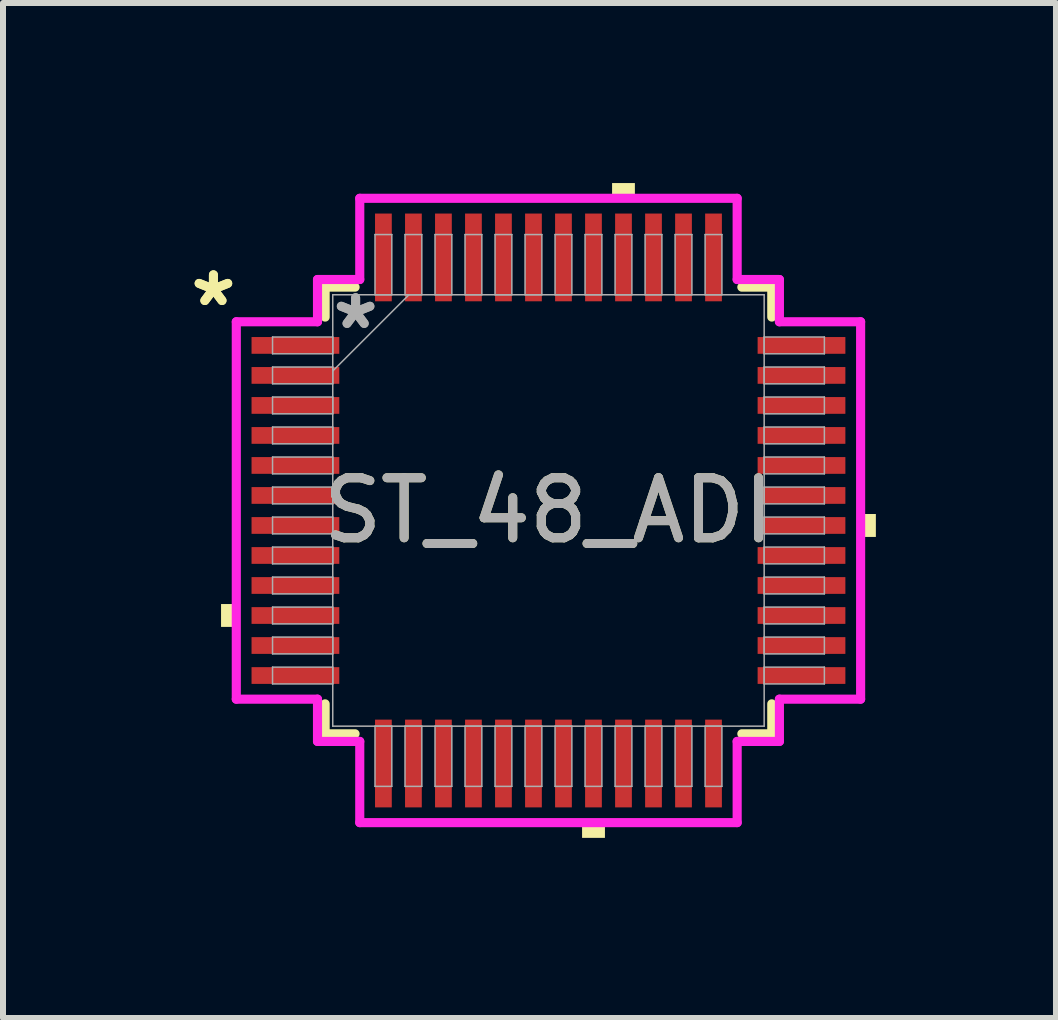
<source format=kicad_pcb>
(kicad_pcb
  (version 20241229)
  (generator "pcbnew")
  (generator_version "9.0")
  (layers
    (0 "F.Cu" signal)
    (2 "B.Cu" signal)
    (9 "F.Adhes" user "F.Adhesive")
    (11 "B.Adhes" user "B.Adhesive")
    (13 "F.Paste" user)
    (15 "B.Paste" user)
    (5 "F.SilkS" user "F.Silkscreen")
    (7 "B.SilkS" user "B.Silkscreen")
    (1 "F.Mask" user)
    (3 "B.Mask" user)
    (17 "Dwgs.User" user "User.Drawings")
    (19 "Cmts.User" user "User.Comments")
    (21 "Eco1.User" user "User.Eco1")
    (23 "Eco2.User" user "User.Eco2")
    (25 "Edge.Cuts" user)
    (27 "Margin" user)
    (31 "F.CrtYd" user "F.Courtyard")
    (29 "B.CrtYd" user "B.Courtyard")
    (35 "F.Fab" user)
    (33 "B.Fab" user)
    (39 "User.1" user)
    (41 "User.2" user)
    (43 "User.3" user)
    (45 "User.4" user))
  (footprint "ST_48_ADI"
    (layer "F.Cu")
    (at 6.088 5.455)
    (property "Reference" "ST_48_ADI" (at 0 0 0) (unlocked yes) (layer "F.SilkS") (effects (font (size 1 1) (thickness 0.15))))
    (attr smd)
    (fp_line (start -3.721 -3.721) (end -3.721 -3.222) (stroke (width 0.152) (type solid)) (layer "F.SilkS"))
    (fp_line (start -3.721 3.222) (end -3.721 3.721) (stroke (width 0.152) (type solid)) (layer "F.SilkS"))
    (fp_line (start -3.721 3.721) (end -3.222 3.721) (stroke (width 0.152) (type solid)) (layer "F.SilkS"))
    (fp_line (start -3.222 -3.721) (end -3.721 -3.721) (stroke (width 0.152) (type solid)) (layer "F.SilkS"))
    (fp_line (start 3.222 3.721) (end 3.721 3.721) (stroke (width 0.152) (type solid)) (layer "F.SilkS"))
    (fp_line (start 3.721 -3.721) (end 3.222 -3.721) (stroke (width 0.152) (type solid)) (layer "F.SilkS"))
    (fp_line (start 3.721 -3.222) (end 3.721 -3.721) (stroke (width 0.152) (type solid)) (layer "F.SilkS"))
    (fp_line (start 3.721 3.721) (end 3.721 3.222) (stroke (width 0.152) (type solid)) (layer "F.SilkS"))
    (fp_poly (pts (xy -5.455 1.559) (xy -5.455 1.94) (xy -5.201 1.94) (xy -5.201 1.559)) (stroke (width 0) (type solid)) (fill yes) (layer "F.SilkS"))
    (fp_poly (pts (xy 0.56 5.201) (xy 0.56 5.455) (xy 0.941 5.455) (xy 0.941 5.201)) (stroke (width 0) (type solid)) (fill yes) (layer "F.SilkS"))
    (fp_poly (pts (xy 1.06 -5.201) (xy 1.06 -5.455) (xy 1.44 -5.455) (xy 1.44 -5.201)) (stroke (width 0) (type solid)) (fill yes) (layer "F.SilkS"))
    (fp_poly (pts (xy 5.455 0.059) (xy 5.455 0.441) (xy 5.201 0.441) (xy 5.201 0.059)) (stroke (width 0) (type solid)) (fill yes) (layer "F.SilkS"))
    (fp_line (start -5.201 -3.144) (end -3.848 -3.144) (stroke (width 0.152) (type solid)) (layer "F.CrtYd"))
    (fp_line (start -5.201 3.144) (end -5.201 -3.144) (stroke (width 0.152) (type solid)) (layer "F.CrtYd"))
    (fp_line (start -3.848 -3.848) (end -3.144 -3.848) (stroke (width 0.152) (type solid)) (layer "F.CrtYd"))
    (fp_line (start -3.848 -3.144) (end -3.848 -3.848) (stroke (width 0.152) (type solid)) (layer "F.CrtYd"))
    (fp_line (start -3.848 3.144) (end -5.201 3.144) (stroke (width 0.152) (type solid)) (layer "F.CrtYd"))
    (fp_line (start -3.848 3.848) (end -3.848 3.144) (stroke (width 0.152) (type solid)) (layer "F.CrtYd"))
    (fp_line (start -3.848 3.848) (end -3.144 3.848) (stroke (width 0.152) (type solid)) (layer "F.CrtYd"))
    (fp_line (start -3.144 -5.201) (end 3.144 -5.201) (stroke (width 0.152) (type solid)) (layer "F.CrtYd"))
    (fp_line (start -3.144 -3.848) (end -3.144 -5.201) (stroke (width 0.152) (type solid)) (layer "F.CrtYd"))
    (fp_line (start -3.144 3.848) (end -3.144 5.201) (stroke (width 0.152) (type solid)) (layer "F.CrtYd"))
    (fp_line (start -3.144 5.201) (end 3.144 5.201) (stroke (width 0.152) (type solid)) (layer "F.CrtYd"))
    (fp_line (start 3.144 -5.201) (end 3.144 -3.848) (stroke (width 0.152) (type solid)) (layer "F.CrtYd"))
    (fp_line (start 3.144 -3.848) (end 3.848 -3.848) (stroke (width 0.152) (type solid)) (layer "F.CrtYd"))
    (fp_line (start 3.144 3.848) (end 3.848 3.848) (stroke (width 0.152) (type solid)) (layer "F.CrtYd"))
    (fp_line (start 3.144 5.201) (end 3.144 3.848) (stroke (width 0.152) (type solid)) (layer "F.CrtYd"))
    (fp_line (start 3.848 -3.144) (end 3.848 -3.848) (stroke (width 0.152) (type solid)) (layer "F.CrtYd"))
    (fp_line (start 3.848 3.144) (end 5.201 3.144) (stroke (width 0.152) (type solid)) (layer "F.CrtYd"))
    (fp_line (start 3.848 3.848) (end 3.848 3.144) (stroke (width 0.152) (type solid)) (layer "F.CrtYd"))
    (fp_line (start 5.201 -3.144) (end 3.848 -3.144) (stroke (width 0.152) (type solid)) (layer "F.CrtYd"))
    (fp_line (start 5.201 3.144) (end 5.201 -3.144) (stroke (width 0.152) (type solid)) (layer "F.CrtYd"))
    (fp_line (start -4.597 -2.89) (end -4.597 -2.61) (stroke (width 0.025) (type solid)) (layer "F.Fab"))
    (fp_line (start -4.597 -2.61) (end -3.594 -2.61) (stroke (width 0.025) (type solid)) (layer "F.Fab"))
    (fp_line (start -4.597 -2.39) (end -4.597 -2.11) (stroke (width 0.025) (type solid)) (layer "F.Fab"))
    (fp_line (start -4.597 -2.11) (end -3.594 -2.11) (stroke (width 0.025) (type solid)) (layer "F.Fab"))
    (fp_line (start -4.597 -1.89) (end -4.597 -1.61) (stroke (width 0.025) (type solid)) (layer "F.Fab"))
    (fp_line (start -4.597 -1.61) (end -3.594 -1.61) (stroke (width 0.025) (type solid)) (layer "F.Fab"))
    (fp_line (start -4.597 -1.39) (end -4.597 -1.11) (stroke (width 0.025) (type solid)) (layer "F.Fab"))
    (fp_line (start -4.597 -1.11) (end -3.594 -1.11) (stroke (width 0.025) (type solid)) (layer "F.Fab"))
    (fp_line (start -4.597 -0.89) (end -4.597 -0.61) (stroke (width 0.025) (type solid)) (layer "F.Fab"))
    (fp_line (start -4.597 -0.61) (end -3.594 -0.61) (stroke (width 0.025) (type solid)) (layer "F.Fab"))
    (fp_line (start -4.597 -0.39) (end -4.597 -0.11) (stroke (width 0.025) (type solid)) (layer "F.Fab"))
    (fp_line (start -4.597 -0.11) (end -3.594 -0.11) (stroke (width 0.025) (type solid)) (layer "F.Fab"))
    (fp_line (start -4.597 0.11) (end -4.597 0.39) (stroke (width 0.025) (type solid)) (layer "F.Fab"))
    (fp_line (start -4.597 0.39) (end -3.594 0.39) (stroke (width 0.025) (type solid)) (layer "F.Fab"))
    (fp_line (start -4.597 0.61) (end -4.597 0.89) (stroke (width 0.025) (type solid)) (layer "F.Fab"))
    (fp_line (start -4.597 0.89) (end -3.594 0.89) (stroke (width 0.025) (type solid)) (layer "F.Fab"))
    (fp_line (start -4.597 1.11) (end -4.597 1.39) (stroke (width 0.025) (type solid)) (layer "F.Fab"))
    (fp_line (start -4.597 1.39) (end -3.594 1.39) (stroke (width 0.025) (type solid)) (layer "F.Fab"))
    (fp_line (start -4.597 1.61) (end -4.597 1.89) (stroke (width 0.025) (type solid)) (layer "F.Fab"))
    (fp_line (start -4.597 1.89) (end -3.594 1.89) (stroke (width 0.025) (type solid)) (layer "F.Fab"))
    (fp_line (start -4.597 2.11) (end -4.597 2.39) (stroke (width 0.025) (type solid)) (layer "F.Fab"))
    (fp_line (start -4.597 2.39) (end -3.594 2.39) (stroke (width 0.025) (type solid)) (layer "F.Fab"))
    (fp_line (start -4.597 2.61) (end -4.597 2.89) (stroke (width 0.025) (type solid)) (layer "F.Fab"))
    (fp_line (start -4.597 2.89) (end -3.594 2.89) (stroke (width 0.025) (type solid)) (layer "F.Fab"))
    (fp_line (start -3.594 -3.594) (end -3.594 3.594) (stroke (width 0.025) (type solid)) (layer "F.Fab"))
    (fp_line (start -3.594 -2.89) (end -4.597 -2.89) (stroke (width 0.025) (type solid)) (layer "F.Fab"))
    (fp_line (start -3.594 -2.61) (end -3.594 -2.89) (stroke (width 0.025) (type solid)) (layer "F.Fab"))
    (fp_line (start -3.594 -2.39) (end -4.597 -2.39) (stroke (width 0.025) (type solid)) (layer "F.Fab"))
    (fp_line (start -3.594 -2.324) (end -2.324 -3.594) (stroke (width 0.025) (type solid)) (layer "F.Fab"))
    (fp_line (start -3.594 -2.11) (end -3.594 -2.39) (stroke (width 0.025) (type solid)) (layer "F.Fab"))
    (fp_line (start -3.594 -1.89) (end -4.597 -1.89) (stroke (width 0.025) (type solid)) (layer "F.Fab"))
    (fp_line (start -3.594 -1.61) (end -3.594 -1.89) (stroke (width 0.025) (type solid)) (layer "F.Fab"))
    (fp_line (start -3.594 -1.39) (end -4.597 -1.39) (stroke (width 0.025) (type solid)) (layer "F.Fab"))
    (fp_line (start -3.594 -1.11) (end -3.594 -1.39) (stroke (width 0.025) (type solid)) (layer "F.Fab"))
    (fp_line (start -3.594 -0.89) (end -4.597 -0.89) (stroke (width 0.025) (type solid)) (layer "F.Fab"))
    (fp_line (start -3.594 -0.61) (end -3.594 -0.89) (stroke (width 0.025) (type solid)) (layer "F.Fab"))
    (fp_line (start -3.594 -0.39) (end -4.597 -0.39) (stroke (width 0.025) (type solid)) (layer "F.Fab"))
    (fp_line (start -3.594 -0.11) (end -3.594 -0.39) (stroke (width 0.025) (type solid)) (layer "F.Fab"))
    (fp_line (start -3.594 0.11) (end -4.597 0.11) (stroke (width 0.025) (type solid)) (layer "F.Fab"))
    (fp_line (start -3.594 0.39) (end -3.594 0.11) (stroke (width 0.025) (type solid)) (layer "F.Fab"))
    (fp_line (start -3.594 0.61) (end -4.597 0.61) (stroke (width 0.025) (type solid)) (layer "F.Fab"))
    (fp_line (start -3.594 0.89) (end -3.594 0.61) (stroke (width 0.025) (type solid)) (layer "F.Fab"))
    (fp_line (start -3.594 1.11) (end -4.597 1.11) (stroke (width 0.025) (type solid)) (layer "F.Fab"))
    (fp_line (start -3.594 1.39) (end -3.594 1.11) (stroke (width 0.025) (type solid)) (layer "F.Fab"))
    (fp_line (start -3.594 1.61) (end -4.597 1.61) (stroke (width 0.025) (type solid)) (layer "F.Fab"))
    (fp_line (start -3.594 1.89) (end -3.594 1.61) (stroke (width 0.025) (type solid)) (layer "F.Fab"))
    (fp_line (start -3.594 2.11) (end -4.597 2.11) (stroke (width 0.025) (type solid)) (layer "F.Fab"))
    (fp_line (start -3.594 2.39) (end -3.594 2.11) (stroke (width 0.025) (type solid)) (layer "F.Fab"))
    (fp_line (start -3.594 2.61) (end -4.597 2.61) (stroke (width 0.025) (type solid)) (layer "F.Fab"))
    (fp_line (start -3.594 2.89) (end -3.594 2.61) (stroke (width 0.025) (type solid)) (layer "F.Fab"))
    (fp_line (start -3.594 3.594) (end 3.594 3.594) (stroke (width 0.025) (type solid)) (layer "F.Fab"))
    (fp_line (start -2.89 -4.597) (end -2.89 -3.594) (stroke (width 0.025) (type solid)) (layer "F.Fab"))
    (fp_line (start -2.89 -3.594) (end -2.61 -3.594) (stroke (width 0.025) (type solid)) (layer "F.Fab"))
    (fp_line (start -2.89 3.594) (end -2.89 4.597) (stroke (width 0.025) (type solid)) (layer "F.Fab"))
    (fp_line (start -2.89 4.597) (end -2.61 4.597) (stroke (width 0.025) (type solid)) (layer "F.Fab"))
    (fp_line (start -2.61 -4.597) (end -2.89 -4.597) (stroke (width 0.025) (type solid)) (layer "F.Fab"))
    (fp_line (start -2.61 -3.594) (end -2.61 -4.597) (stroke (width 0.025) (type solid)) (layer "F.Fab"))
    (fp_line (start -2.61 3.594) (end -2.89 3.594) (stroke (width 0.025) (type solid)) (layer "F.Fab"))
    (fp_line (start -2.61 4.597) (end -2.61 3.594) (stroke (width 0.025) (type solid)) (layer "F.Fab"))
    (fp_line (start -2.39 -4.597) (end -2.39 -3.594) (stroke (width 0.025) (type solid)) (layer "F.Fab"))
    (fp_line (start -2.39 -3.594) (end -2.11 -3.594) (stroke (width 0.025) (type solid)) (layer "F.Fab"))
    (fp_line (start -2.39 3.594) (end -2.39 4.597) (stroke (width 0.025) (type solid)) (layer "F.Fab"))
    (fp_line (start -2.39 4.597) (end -2.11 4.597) (stroke (width 0.025) (type solid)) (layer "F.Fab"))
    (fp_line (start -2.11 -4.597) (end -2.39 -4.597) (stroke (width 0.025) (type solid)) (layer "F.Fab"))
    (fp_line (start -2.11 -3.594) (end -2.11 -4.597) (stroke (width 0.025) (type solid)) (layer "F.Fab"))
    (fp_line (start -2.11 3.594) (end -2.39 3.594) (stroke (width 0.025) (type solid)) (layer "F.Fab"))
    (fp_line (start -2.11 4.597) (end -2.11 3.594) (stroke (width 0.025) (type solid)) (layer "F.Fab"))
    (fp_line (start -1.89 -4.597) (end -1.89 -3.594) (stroke (width 0.025) (type solid)) (layer "F.Fab"))
    (fp_line (start -1.89 -3.594) (end -1.61 -3.594) (stroke (width 0.025) (type solid)) (layer "F.Fab"))
    (fp_line (start -1.89 3.594) (end -1.89 4.597) (stroke (width 0.025) (type solid)) (layer "F.Fab"))
    (fp_line (start -1.89 4.597) (end -1.61 4.597) (stroke (width 0.025) (type solid)) (layer "F.Fab"))
    (fp_line (start -1.61 -4.597) (end -1.89 -4.597) (stroke (width 0.025) (type solid)) (layer "F.Fab"))
    (fp_line (start -1.61 -3.594) (end -1.61 -4.597) (stroke (width 0.025) (type solid)) (layer "F.Fab"))
    (fp_line (start -1.61 3.594) (end -1.89 3.594) (stroke (width 0.025) (type solid)) (layer "F.Fab"))
    (fp_line (start -1.61 4.597) (end -1.61 3.594) (stroke (width 0.025) (type solid)) (layer "F.Fab"))
    (fp_line (start -1.39 -4.597) (end -1.39 -3.594) (stroke (width 0.025) (type solid)) (layer "F.Fab"))
    (fp_line (start -1.39 -3.594) (end -1.11 -3.594) (stroke (width 0.025) (type solid)) (layer "F.Fab"))
    (fp_line (start -1.39 3.594) (end -1.39 4.597) (stroke (width 0.025) (type solid)) (layer "F.Fab"))
    (fp_line (start -1.39 4.597) (end -1.11 4.597) (stroke (width 0.025) (type solid)) (layer "F.Fab"))
    (fp_line (start -1.11 -4.597) (end -1.39 -4.597) (stroke (width 0.025) (type solid)) (layer "F.Fab"))
    (fp_line (start -1.11 -3.594) (end -1.11 -4.597) (stroke (width 0.025) (type solid)) (layer "F.Fab"))
    (fp_line (start -1.11 3.594) (end -1.39 3.594) (stroke (width 0.025) (type solid)) (layer "F.Fab"))
    (fp_line (start -1.11 4.597) (end -1.11 3.594) (stroke (width 0.025) (type solid)) (layer "F.Fab"))
    (fp_line (start -0.89 -4.597) (end -0.89 -3.594) (stroke (width 0.025) (type solid)) (layer "F.Fab"))
    (fp_line (start -0.89 -3.594) (end -0.61 -3.594) (stroke (width 0.025) (type solid)) (layer "F.Fab"))
    (fp_line (start -0.89 3.594) (end -0.89 4.597) (stroke (width 0.025) (type solid)) (layer "F.Fab"))
    (fp_line (start -0.89 4.597) (end -0.61 4.597) (stroke (width 0.025) (type solid)) (layer "F.Fab"))
    (fp_line (start -0.61 -4.597) (end -0.89 -4.597) (stroke (width 0.025) (type solid)) (layer "F.Fab"))
    (fp_line (start -0.61 -3.594) (end -0.61 -4.597) (stroke (width 0.025) (type solid)) (layer "F.Fab"))
    (fp_line (start -0.61 3.594) (end -0.89 3.594) (stroke (width 0.025) (type solid)) (layer "F.Fab"))
    (fp_line (start -0.61 4.597) (end -0.61 3.594) (stroke (width 0.025) (type solid)) (layer "F.Fab"))
    (fp_line (start -0.39 -4.597) (end -0.39 -3.594) (stroke (width 0.025) (type solid)) (layer "F.Fab"))
    (fp_line (start -0.39 -3.594) (end -0.11 -3.594) (stroke (width 0.025) (type solid)) (layer "F.Fab"))
    (fp_line (start -0.39 3.594) (end -0.39 4.597) (stroke (width 0.025) (type solid)) (layer "F.Fab"))
    (fp_line (start -0.39 4.597) (end -0.11 4.597) (stroke (width 0.025) (type solid)) (layer "F.Fab"))
    (fp_line (start -0.11 -4.597) (end -0.39 -4.597) (stroke (width 0.025) (type solid)) (layer "F.Fab"))
    (fp_line (start -0.11 -3.594) (end -0.11 -4.597) (stroke (width 0.025) (type solid)) (layer "F.Fab"))
    (fp_line (start -0.11 3.594) (end -0.39 3.594) (stroke (width 0.025) (type solid)) (layer "F.Fab"))
    (fp_line (start -0.11 4.597) (end -0.11 3.594) (stroke (width 0.025) (type solid)) (layer "F.Fab"))
    (fp_line (start 0.11 -4.597) (end 0.11 -3.594) (stroke (width 0.025) (type solid)) (layer "F.Fab"))
    (fp_line (start 0.11 -3.594) (end 0.39 -3.594) (stroke (width 0.025) (type solid)) (layer "F.Fab"))
    (fp_line (start 0.11 3.594) (end 0.11 4.597) (stroke (width 0.025) (type solid)) (layer "F.Fab"))
    (fp_line (start 0.11 4.597) (end 0.39 4.597) (stroke (width 0.025) (type solid)) (layer "F.Fab"))
    (fp_line (start 0.39 -4.597) (end 0.11 -4.597) (stroke (width 0.025) (type solid)) (layer "F.Fab"))
    (fp_line (start 0.39 -3.594) (end 0.39 -4.597) (stroke (width 0.025) (type solid)) (layer "F.Fab"))
    (fp_line (start 0.39 3.594) (end 0.11 3.594) (stroke (width 0.025) (type solid)) (layer "F.Fab"))
    (fp_line (start 0.39 4.597) (end 0.39 3.594) (stroke (width 0.025) (type solid)) (layer "F.Fab"))
    (fp_line (start 0.61 -4.597) (end 0.61 -3.594) (stroke (width 0.025) (type solid)) (layer "F.Fab"))
    (fp_line (start 0.61 -3.594) (end 0.89 -3.594) (stroke (width 0.025) (type solid)) (layer "F.Fab"))
    (fp_line (start 0.61 3.594) (end 0.61 4.597) (stroke (width 0.025) (type solid)) (layer "F.Fab"))
    (fp_line (start 0.61 4.597) (end 0.89 4.597) (stroke (width 0.025) (type solid)) (layer "F.Fab"))
    (fp_line (start 0.89 -4.597) (end 0.61 -4.597) (stroke (width 0.025) (type solid)) (layer "F.Fab"))
    (fp_line (start 0.89 -3.594) (end 0.89 -4.597) (stroke (width 0.025) (type solid)) (layer "F.Fab"))
    (fp_line (start 0.89 3.594) (end 0.61 3.594) (stroke (width 0.025) (type solid)) (layer "F.Fab"))
    (fp_line (start 0.89 4.597) (end 0.89 3.594) (stroke (width 0.025) (type solid)) (layer "F.Fab"))
    (fp_line (start 1.11 -4.597) (end 1.11 -3.594) (stroke (width 0.025) (type solid)) (layer "F.Fab"))
    (fp_line (start 1.11 -3.594) (end 1.39 -3.594) (stroke (width 0.025) (type solid)) (layer "F.Fab"))
    (fp_line (start 1.11 3.594) (end 1.11 4.597) (stroke (width 0.025) (type solid)) (layer "F.Fab"))
    (fp_line (start 1.11 4.597) (end 1.39 4.597) (stroke (width 0.025) (type solid)) (layer "F.Fab"))
    (fp_line (start 1.39 -4.597) (end 1.11 -4.597) (stroke (width 0.025) (type solid)) (layer "F.Fab"))
    (fp_line (start 1.39 -3.594) (end 1.39 -4.597) (stroke (width 0.025) (type solid)) (layer "F.Fab"))
    (fp_line (start 1.39 3.594) (end 1.11 3.594) (stroke (width 0.025) (type solid)) (layer "F.Fab"))
    (fp_line (start 1.39 4.597) (end 1.39 3.594) (stroke (width 0.025) (type solid)) (layer "F.Fab"))
    (fp_line (start 1.61 -4.597) (end 1.61 -3.594) (stroke (width 0.025) (type solid)) (layer "F.Fab"))
    (fp_line (start 1.61 -3.594) (end 1.89 -3.594) (stroke (width 0.025) (type solid)) (layer "F.Fab"))
    (fp_line (start 1.61 3.594) (end 1.61 4.597) (stroke (width 0.025) (type solid)) (layer "F.Fab"))
    (fp_line (start 1.61 4.597) (end 1.89 4.597) (stroke (width 0.025) (type solid)) (layer "F.Fab"))
    (fp_line (start 1.89 -4.597) (end 1.61 -4.597) (stroke (width 0.025) (type solid)) (layer "F.Fab"))
    (fp_line (start 1.89 -3.594) (end 1.89 -4.597) (stroke (width 0.025) (type solid)) (layer "F.Fab"))
    (fp_line (start 1.89 3.594) (end 1.61 3.594) (stroke (width 0.025) (type solid)) (layer "F.Fab"))
    (fp_line (start 1.89 4.597) (end 1.89 3.594) (stroke (width 0.025) (type solid)) (layer "F.Fab"))
    (fp_line (start 2.11 -4.597) (end 2.11 -3.594) (stroke (width 0.025) (type solid)) (layer "F.Fab"))
    (fp_line (start 2.11 -3.594) (end 2.39 -3.594) (stroke (width 0.025) (type solid)) (layer "F.Fab"))
    (fp_line (start 2.11 3.594) (end 2.11 4.597) (stroke (width 0.025) (type solid)) (layer "F.Fab"))
    (fp_line (start 2.11 4.597) (end 2.39 4.597) (stroke (width 0.025) (type solid)) (layer "F.Fab"))
    (fp_line (start 2.39 -4.597) (end 2.11 -4.597) (stroke (width 0.025) (type solid)) (layer "F.Fab"))
    (fp_line (start 2.39 -3.594) (end 2.39 -4.597) (stroke (width 0.025) (type solid)) (layer "F.Fab"))
    (fp_line (start 2.39 3.594) (end 2.11 3.594) (stroke (width 0.025) (type solid)) (layer "F.Fab"))
    (fp_line (start 2.39 4.597) (end 2.39 3.594) (stroke (width 0.025) (type solid)) (layer "F.Fab"))
    (fp_line (start 2.61 -4.597) (end 2.61 -3.594) (stroke (width 0.025) (type solid)) (layer "F.Fab"))
    (fp_line (start 2.61 -3.594) (end 2.89 -3.594) (stroke (width 0.025) (type solid)) (layer "F.Fab"))
    (fp_line (start 2.61 3.594) (end 2.61 4.597) (stroke (width 0.025) (type solid)) (layer "F.Fab"))
    (fp_line (start 2.61 4.597) (end 2.89 4.597) (stroke (width 0.025) (type solid)) (layer "F.Fab"))
    (fp_line (start 2.89 -4.597) (end 2.61 -4.597) (stroke (width 0.025) (type solid)) (layer "F.Fab"))
    (fp_line (start 2.89 -3.594) (end 2.89 -4.597) (stroke (width 0.025) (type solid)) (layer "F.Fab"))
    (fp_line (start 2.89 3.594) (end 2.61 3.594) (stroke (width 0.025) (type solid)) (layer "F.Fab"))
    (fp_line (start 2.89 4.597) (end 2.89 3.594) (stroke (width 0.025) (type solid)) (layer "F.Fab"))
    (fp_line (start 3.594 -3.594) (end -3.594 -3.594) (stroke (width 0.025) (type solid)) (layer "F.Fab"))
    (fp_line (start 3.594 -2.89) (end 3.594 -2.61) (stroke (width 0.025) (type solid)) (layer "F.Fab"))
    (fp_line (start 3.594 -2.61) (end 4.597 -2.61) (stroke (width 0.025) (type solid)) (layer "F.Fab"))
    (fp_line (start 3.594 -2.39) (end 3.594 -2.11) (stroke (width 0.025) (type solid)) (layer "F.Fab"))
    (fp_line (start 3.594 -2.11) (end 4.597 -2.11) (stroke (width 0.025) (type solid)) (layer "F.Fab"))
    (fp_line (start 3.594 -1.89) (end 3.594 -1.61) (stroke (width 0.025) (type solid)) (layer "F.Fab"))
    (fp_line (start 3.594 -1.61) (end 4.597 -1.61) (stroke (width 0.025) (type solid)) (layer "F.Fab"))
    (fp_line (start 3.594 -1.39) (end 3.594 -1.11) (stroke (width 0.025) (type solid)) (layer "F.Fab"))
    (fp_line (start 3.594 -1.11) (end 4.597 -1.11) (stroke (width 0.025) (type solid)) (layer "F.Fab"))
    (fp_line (start 3.594 -0.89) (end 3.594 -0.61) (stroke (width 0.025) (type solid)) (layer "F.Fab"))
    (fp_line (start 3.594 -0.61) (end 4.597 -0.61) (stroke (width 0.025) (type solid)) (layer "F.Fab"))
    (fp_line (start 3.594 -0.39) (end 3.594 -0.11) (stroke (width 0.025) (type solid)) (layer "F.Fab"))
    (fp_line (start 3.594 -0.11) (end 4.597 -0.11) (stroke (width 0.025) (type solid)) (layer "F.Fab"))
    (fp_line (start 3.594 0.11) (end 3.594 0.39) (stroke (width 0.025) (type solid)) (layer "F.Fab"))
    (fp_line (start 3.594 0.39) (end 4.597 0.39) (stroke (width 0.025) (type solid)) (layer "F.Fab"))
    (fp_line (start 3.594 0.61) (end 3.594 0.89) (stroke (width 0.025) (type solid)) (layer "F.Fab"))
    (fp_line (start 3.594 0.89) (end 4.597 0.89) (stroke (width 0.025) (type solid)) (layer "F.Fab"))
    (fp_line (start 3.594 1.11) (end 3.594 1.39) (stroke (width 0.025) (type solid)) (layer "F.Fab"))
    (fp_line (start 3.594 1.39) (end 4.597 1.39) (stroke (width 0.025) (type solid)) (layer "F.Fab"))
    (fp_line (start 3.594 1.61) (end 3.594 1.89) (stroke (width 0.025) (type solid)) (layer "F.Fab"))
    (fp_line (start 3.594 1.89) (end 4.597 1.89) (stroke (width 0.025) (type solid)) (layer "F.Fab"))
    (fp_line (start 3.594 2.11) (end 3.594 2.39) (stroke (width 0.025) (type solid)) (layer "F.Fab"))
    (fp_line (start 3.594 2.39) (end 4.597 2.39) (stroke (width 0.025) (type solid)) (layer "F.Fab"))
    (fp_line (start 3.594 2.61) (end 3.594 2.89) (stroke (width 0.025) (type solid)) (layer "F.Fab"))
    (fp_line (start 3.594 2.89) (end 4.597 2.89) (stroke (width 0.025) (type solid)) (layer "F.Fab"))
    (fp_line (start 3.594 3.594) (end 3.594 -3.594) (stroke (width 0.025) (type solid)) (layer "F.Fab"))
    (fp_line (start 4.597 -2.89) (end 3.594 -2.89) (stroke (width 0.025) (type solid)) (layer "F.Fab"))
    (fp_line (start 4.597 -2.61) (end 4.597 -2.89) (stroke (width 0.025) (type solid)) (layer "F.Fab"))
    (fp_line (start 4.597 -2.39) (end 3.594 -2.39) (stroke (width 0.025) (type solid)) (layer "F.Fab"))
    (fp_line (start 4.597 -2.11) (end 4.597 -2.39) (stroke (width 0.025) (type solid)) (layer "F.Fab"))
    (fp_line (start 4.597 -1.89) (end 3.594 -1.89) (stroke (width 0.025) (type solid)) (layer "F.Fab"))
    (fp_line (start 4.597 -1.61) (end 4.597 -1.89) (stroke (width 0.025) (type solid)) (layer "F.Fab"))
    (fp_line (start 4.597 -1.39) (end 3.594 -1.39) (stroke (width 0.025) (type solid)) (layer "F.Fab"))
    (fp_line (start 4.597 -1.11) (end 4.597 -1.39) (stroke (width 0.025) (type solid)) (layer "F.Fab"))
    (fp_line (start 4.597 -0.89) (end 3.594 -0.89) (stroke (width 0.025) (type solid)) (layer "F.Fab"))
    (fp_line (start 4.597 -0.61) (end 4.597 -0.89) (stroke (width 0.025) (type solid)) (layer "F.Fab"))
    (fp_line (start 4.597 -0.39) (end 3.594 -0.39) (stroke (width 0.025) (type solid)) (layer "F.Fab"))
    (fp_line (start 4.597 -0.11) (end 4.597 -0.39) (stroke (width 0.025) (type solid)) (layer "F.Fab"))
    (fp_line (start 4.597 0.11) (end 3.594 0.11) (stroke (width 0.025) (type solid)) (layer "F.Fab"))
    (fp_line (start 4.597 0.39) (end 4.597 0.11) (stroke (width 0.025) (type solid)) (layer "F.Fab"))
    (fp_line (start 4.597 0.61) (end 3.594 0.61) (stroke (width 0.025) (type solid)) (layer "F.Fab"))
    (fp_line (start 4.597 0.89) (end 4.597 0.61) (stroke (width 0.025) (type solid)) (layer "F.Fab"))
    (fp_line (start 4.597 1.11) (end 3.594 1.11) (stroke (width 0.025) (type solid)) (layer "F.Fab"))
    (fp_line (start 4.597 1.39) (end 4.597 1.11) (stroke (width 0.025) (type solid)) (layer "F.Fab"))
    (fp_line (start 4.597 1.61) (end 3.594 1.61) (stroke (width 0.025) (type solid)) (layer "F.Fab"))
    (fp_line (start 4.597 1.89) (end 4.597 1.61) (stroke (width 0.025) (type solid)) (layer "F.Fab"))
    (fp_line (start 4.597 2.11) (end 3.594 2.11) (stroke (width 0.025) (type solid)) (layer "F.Fab"))
    (fp_line (start 4.597 2.39) (end 4.597 2.11) (stroke (width 0.025) (type solid)) (layer "F.Fab"))
    (fp_line (start 4.597 2.61) (end 3.594 2.61) (stroke (width 0.025) (type solid)) (layer "F.Fab"))
    (fp_line (start 4.597 2.89) (end 4.597 2.61) (stroke (width 0.025) (type solid)) (layer "F.Fab"))
    (fp_text user "*" (at -5.582 -3.381 0) (unlocked yes) (layer "F.SilkS") (effects (font (size 1 1) (thickness 0.15))))
    (fp_text user "*" (at -5.582 -3.381 0) (layer "F.SilkS") (effects (font (size 1 1) (thickness 0.15))))
    (fp_text user "*" (at -3.213 -3 0) (unlocked yes) (layer "F.Fab") (effects (font (size 1 1) (thickness 0.15))))
    (fp_text user "*" (at -3.213 -3 0) (layer "F.Fab") (effects (font (size 1 1) (thickness 0.15))))
    (fp_text user "${REFERENCE}" (at 0 0 0) (unlocked yes) (layer "F.Fab") (effects (font (size 1 1) (thickness 0.15))))
    (pad "1" smd rect (at -4.216 -2.75 90) (size 0.279 1.462) (layers "F.Cu" "F.Mask" "F.Paste"))
    (pad "2" smd rect (at -4.216 -2.25 90) (size 0.279 1.462) (layers "F.Cu" "F.Mask" "F.Paste"))
    (pad "3" smd rect (at -4.216 -1.75 90) (size 0.279 1.462) (layers "F.Cu" "F.Mask" "F.Paste"))
    (pad "4" smd rect (at -4.216 -1.25 90) (size 0.279 1.462) (layers "F.Cu" "F.Mask" "F.Paste"))
    (pad "5" smd rect (at -4.216 -0.75 90) (size 0.279 1.462) (layers "F.Cu" "F.Mask" "F.Paste"))
    (pad "6" smd rect (at -4.216 -0.25 90) (size 0.279 1.462) (layers "F.Cu" "F.Mask" "F.Paste"))
    (pad "7" smd rect (at -4.216 0.25 90) (size 0.279 1.462) (layers "F.Cu" "F.Mask" "F.Paste"))
    (pad "8" smd rect (at -4.216 0.75 90) (size 0.279 1.462) (layers "F.Cu" "F.Mask" "F.Paste"))
    (pad "9" smd rect (at -4.216 1.25 90) (size 0.279 1.462) (layers "F.Cu" "F.Mask" "F.Paste"))
    (pad "10" smd rect (at -4.216 1.75 90) (size 0.279 1.462) (layers "F.Cu" "F.Mask" "F.Paste"))
    (pad "11" smd rect (at -4.216 2.25 90) (size 0.279 1.462) (layers "F.Cu" "F.Mask" "F.Paste"))
    (pad "12" smd rect (at -4.216 2.75 90) (size 0.279 1.462) (layers "F.Cu" "F.Mask" "F.Paste"))
    (pad "13" smd rect (at -2.75 4.216) (size 0.279 1.462) (layers "F.Cu" "F.Mask" "F.Paste"))
    (pad "14" smd rect (at -2.25 4.216) (size 0.279 1.462) (layers "F.Cu" "F.Mask" "F.Paste"))
    (pad "15" smd rect (at -1.75 4.216) (size 0.279 1.462) (layers "F.Cu" "F.Mask" "F.Paste"))
    (pad "16" smd rect (at -1.25 4.216) (size 0.279 1.462) (layers "F.Cu" "F.Mask" "F.Paste"))
    (pad "17" smd rect (at -0.75 4.216) (size 0.279 1.462) (layers "F.Cu" "F.Mask" "F.Paste"))
    (pad "18" smd rect (at -0.25 4.216) (size 0.279 1.462) (layers "F.Cu" "F.Mask" "F.Paste"))
    (pad "19" smd rect (at 0.25 4.216) (size 0.279 1.462) (layers "F.Cu" "F.Mask" "F.Paste"))
    (pad "20" smd rect (at 0.75 4.216) (size 0.279 1.462) (layers "F.Cu" "F.Mask" "F.Paste"))
    (pad "21" smd rect (at 1.25 4.216) (size 0.279 1.462) (layers "F.Cu" "F.Mask" "F.Paste"))
    (pad "22" smd rect (at 1.75 4.216) (size 0.279 1.462) (layers "F.Cu" "F.Mask" "F.Paste"))
    (pad "23" smd rect (at 2.25 4.216) (size 0.279 1.462) (layers "F.Cu" "F.Mask" "F.Paste"))
    (pad "24" smd rect (at 2.75 4.216) (size 0.279 1.462) (layers "F.Cu" "F.Mask" "F.Paste"))
    (pad "25" smd rect (at 4.216 2.75 90) (size 0.279 1.462) (layers "F.Cu" "F.Mask" "F.Paste"))
    (pad "26" smd rect (at 4.216 2.25 90) (size 0.279 1.462) (layers "F.Cu" "F.Mask" "F.Paste"))
    (pad "27" smd rect (at 4.216 1.75 90) (size 0.279 1.462) (layers "F.Cu" "F.Mask" "F.Paste"))
    (pad "28" smd rect (at 4.216 1.25 90) (size 0.279 1.462) (layers "F.Cu" "F.Mask" "F.Paste"))
    (pad "29" smd rect (at 4.216 0.75 90) (size 0.279 1.462) (layers "F.Cu" "F.Mask" "F.Paste"))
    (pad "30" smd rect (at 4.216 0.25 90) (size 0.279 1.462) (layers "F.Cu" "F.Mask" "F.Paste"))
    (pad "31" smd rect (at 4.216 -0.25 90) (size 0.279 1.462) (layers "F.Cu" "F.Mask" "F.Paste"))
    (pad "32" smd rect (at 4.216 -0.75 90) (size 0.279 1.462) (layers "F.Cu" "F.Mask" "F.Paste"))
    (pad "33" smd rect (at 4.216 -1.25 90) (size 0.279 1.462) (layers "F.Cu" "F.Mask" "F.Paste"))
    (pad "34" smd rect (at 4.216 -1.75 90) (size 0.279 1.462) (layers "F.Cu" "F.Mask" "F.Paste"))
    (pad "35" smd rect (at 4.216 -2.25 90) (size 0.279 1.462) (layers "F.Cu" "F.Mask" "F.Paste"))
    (pad "36" smd rect (at 4.216 -2.75 90) (size 0.279 1.462) (layers "F.Cu" "F.Mask" "F.Paste"))
    (pad "37" smd rect (at 2.75 -4.216) (size 0.279 1.462) (layers "F.Cu" "F.Mask" "F.Paste"))
    (pad "38" smd rect (at 2.25 -4.216) (size 0.279 1.462) (layers "F.Cu" "F.Mask" "F.Paste"))
    (pad "39" smd rect (at 1.75 -4.216) (size 0.279 1.462) (layers "F.Cu" "F.Mask" "F.Paste"))
    (pad "40" smd rect (at 1.25 -4.216) (size 0.279 1.462) (layers "F.Cu" "F.Mask" "F.Paste"))
    (pad "41" smd rect (at 0.75 -4.216) (size 0.279 1.462) (layers "F.Cu" "F.Mask" "F.Paste"))
    (pad "42" smd rect (at 0.25 -4.216) (size 0.279 1.462) (layers "F.Cu" "F.Mask" "F.Paste"))
    (pad "43" smd rect (at -0.25 -4.216) (size 0.279 1.462) (layers "F.Cu" "F.Mask" "F.Paste"))
    (pad "44" smd rect (at -0.75 -4.216) (size 0.279 1.462) (layers "F.Cu" "F.Mask" "F.Paste"))
    (pad "45" smd rect (at -1.25 -4.216) (size 0.279 1.462) (layers "F.Cu" "F.Mask" "F.Paste"))
    (pad "46" smd rect (at -1.75 -4.216) (size 0.279 1.462) (layers "F.Cu" "F.Mask" "F.Paste"))
    (pad "47" smd rect (at -2.25 -4.216) (size 0.279 1.462) (layers "F.Cu" "F.Mask" "F.Paste"))
    (pad "48" smd rect (at -2.75 -4.216) (size 0.279 1.462) (layers "F.Cu" "F.Mask" "F.Paste")))
  (gr_rect
    (start -3 -3)
    (end 14.544 13.911)
    (stroke (width 0.1) (type default))
    (fill no)
    (layer "Edge.Cuts")))
</source>
